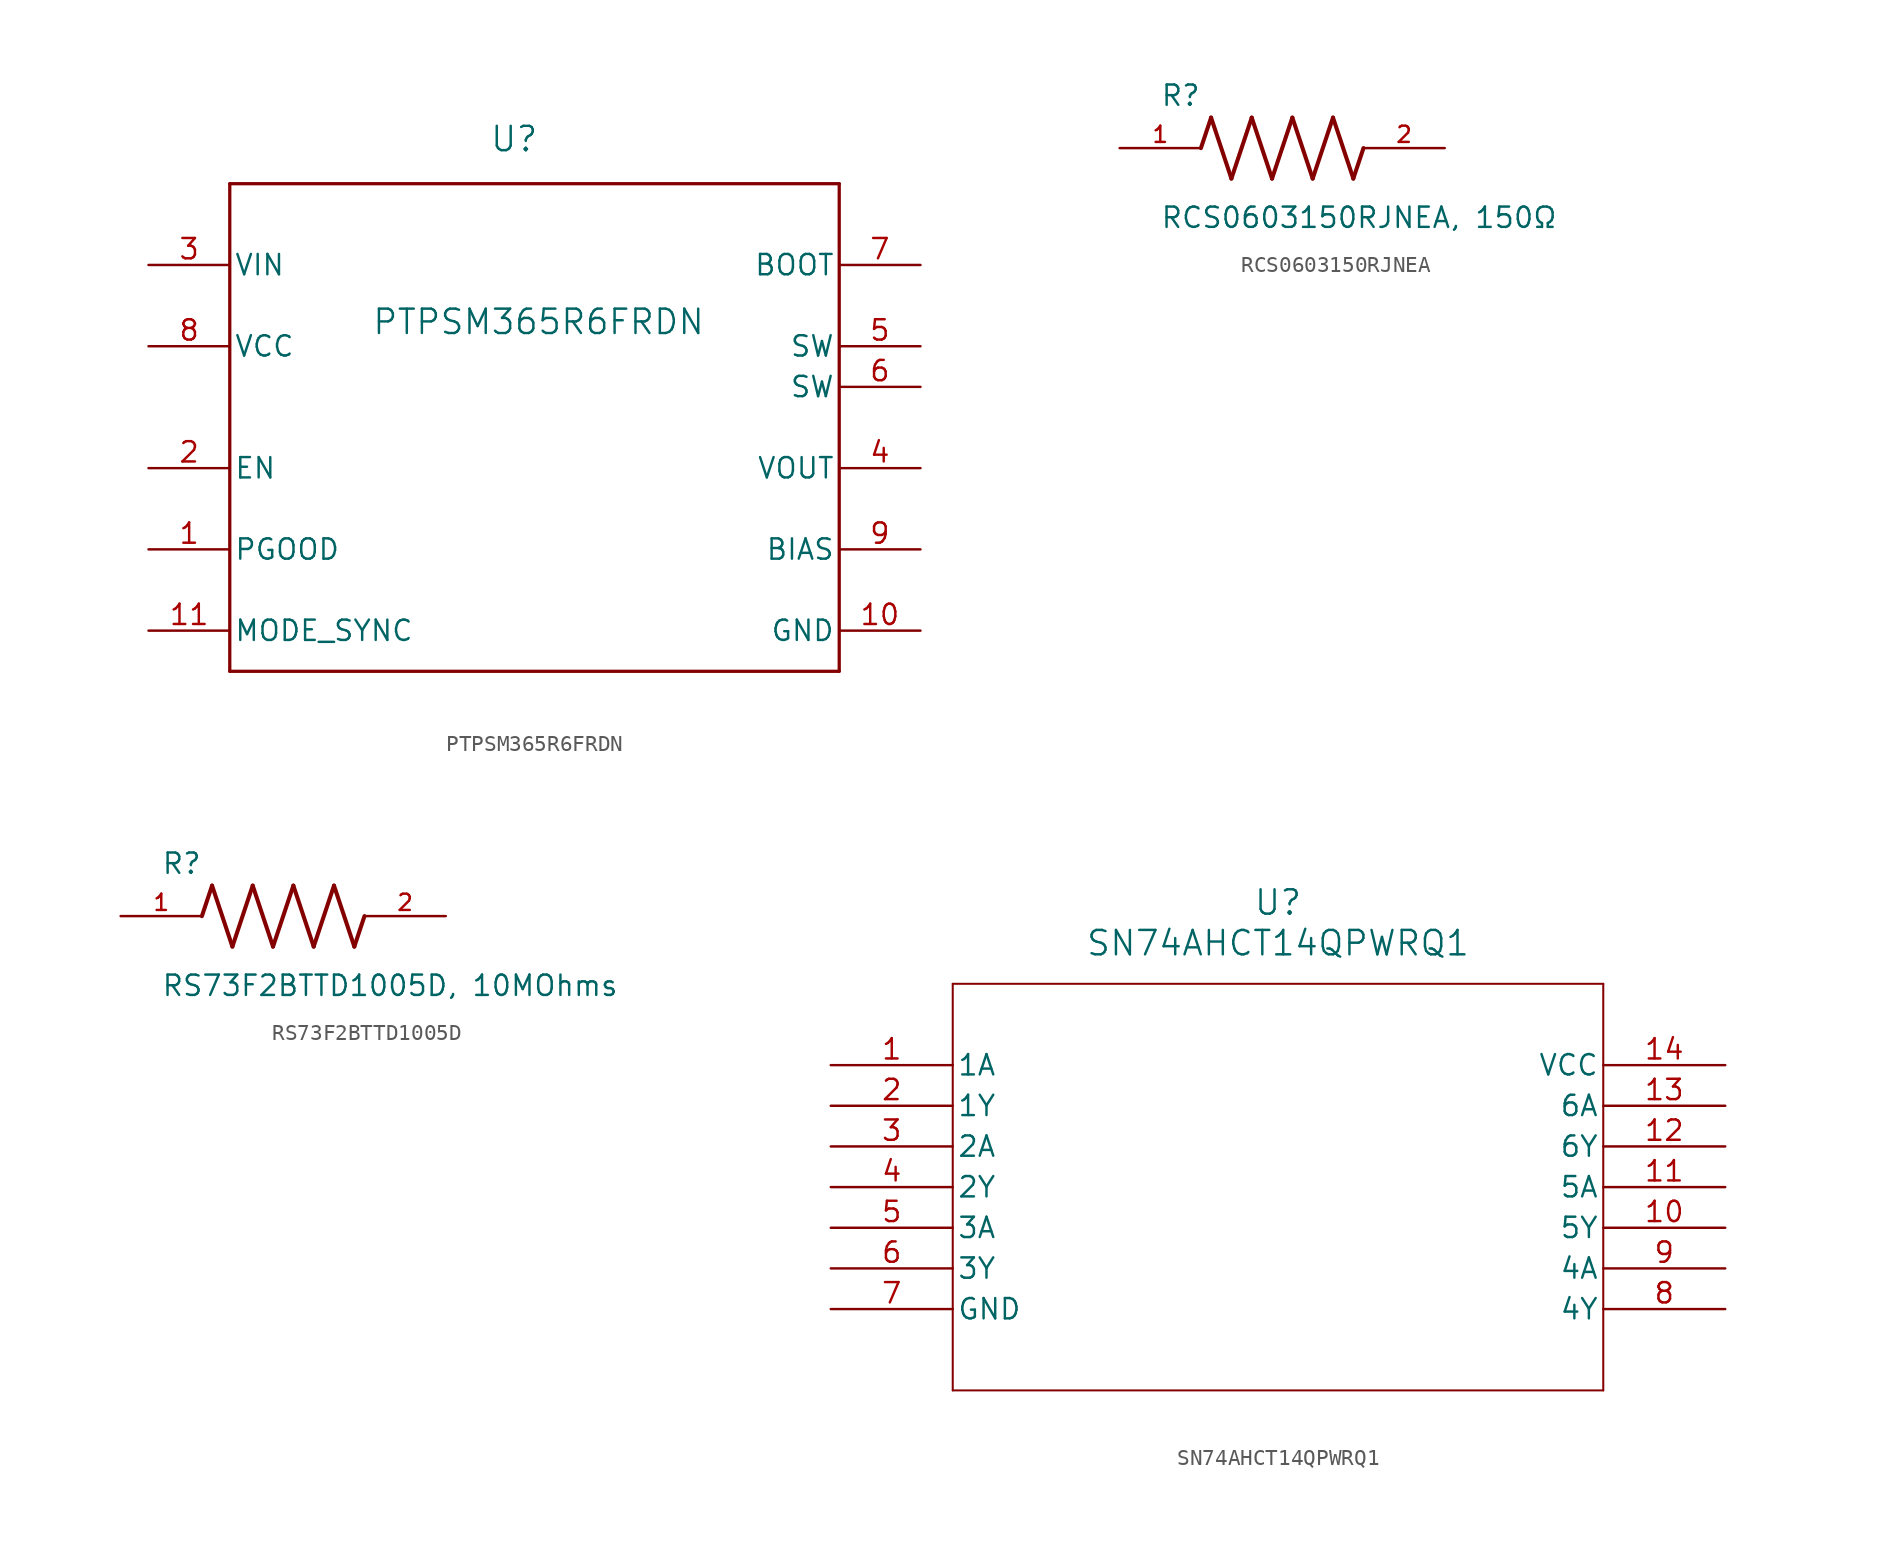
<source format=kicad_sym>
(kicad_symbol_lib
  (version 20241209)
  (generator "kicad_symbol_editor")
  (generator_version "9.0")
  (symbol "PTPSM365R6FRDN"
    (pin_names
      (offset 0.254))
    (property "Reference" "U"
      (at 22.86 7.874 0)
      (effects (font (size 1.524 1.524))))
    (property "Value" "PTPSM365R6FRDN"
      (at 24.384 -3.556 0)
      (effects (font (size 1.524 1.524))))
    (property "ki_locked" ""
      (at 0 0 0)
      (effects (font (size 1.27 1.27))))
    (symbol "PTPSM365R6FRDN_0_1"
      (polyline (pts (xy 5.08 5.08) (xy 5.08 -25.4)) (stroke (width 0.203) (type default)) (fill (type none)))
      (polyline (pts (xy 5.08 -25.4) (xy 43.18 -25.4)) (stroke (width 0.203) (type default)) (fill (type none)))
      (polyline (pts (xy 43.18 5.08) (xy 5.08 5.08)) (stroke (width 0.203) (type default)) (fill (type none)))
      (polyline (pts (xy 43.18 -25.4) (xy 43.18 5.08)) (stroke (width 0.203) (type default)) (fill (type none)))
      (pin power_in line (at 0 0 0) (length 5.08) (name "VIN" (effects (font (size 1.27 1.27)))) (number "3" (effects (font (size 1.27 1.27)))))
      (pin unspecified line (at 0 -5.08 0) (length 5.08) (name "VCC" (effects (font (size 1.27 1.27)))) (number "8" (effects (font (size 1.27 1.27)))))
      (pin input line (at 0 -12.7 0) (length 5.08) (name "EN" (effects (font (size 1.27 1.27)))) (number "2" (effects (font (size 1.27 1.27)))))
      (pin open_collector line (at 0 -17.78 0) (length 5.08) (name "PGOOD" (effects (font (size 1.27 1.27)))) (number "1" (effects (font (size 1.27 1.27)))))
      (pin unspecified line (at 0 -22.86 0) (length 5.08) (name "MODE_SYNC" (effects (font (size 1.27 1.27)))) (number "11" (effects (font (size 1.27 1.27)))))
      (pin unspecified line (at 48.26 0 180) (length 5.08) (name "BOOT" (effects (font (size 1.27 1.27)))) (number "7" (effects (font (size 1.27 1.27)))))
      (pin unspecified line (at 48.26 -5.08 180) (length 5.08) (name "SW" (effects (font (size 1.27 1.27)))) (number "5" (effects (font (size 1.27 1.27)))))
      (pin unspecified line (at 48.26 -7.62 180) (length 5.08) (name "SW" (effects (font (size 1.27 1.27)))) (number "6" (effects (font (size 1.27 1.27)))))
      (pin unspecified line (at 48.26 -12.7 180) (length 5.08) (name "VOUT" (effects (font (size 1.27 1.27)))) (number "4" (effects (font (size 1.27 1.27)))))
      (pin unspecified line (at 48.26 -17.78 180) (length 5.08) (name "BIAS" (effects (font (size 1.27 1.27)))) (number "9" (effects (font (size 1.27 1.27)))))
      (pin power_in line (at 48.26 -22.86 180) (length 5.08) (name "GND" (effects (font (size 1.27 1.27)))) (number "10" (effects (font (size 1.27 1.27)))))))
  (symbol "RCS0603150RJNEA"
    (pin_names
      (offset 1.016))
    (property "Reference" "R"
      (at -7.624 2.542 0)
      (effects (font (size 1.27 1.27)) (justify left bottom)))
    (property "Value" "RCS0603150RJNEA, 150Ω"
      (at -7.63 -5.087 0)
      (effects (font (size 1.27 1.27)) (justify left bottom)))
    (symbol "RCS0603150RJNEA_0_0"
      (polyline (pts (xy -5.08 0) (xy -4.445 1.905)) (stroke (width 0.254) (type default)) (fill (type none)))
      (polyline (pts (xy -4.445 1.905) (xy -3.175 -1.905)) (stroke (width 0.254) (type default)) (fill (type none)))
      (polyline (pts (xy -3.175 -1.905) (xy -1.905 1.905)) (stroke (width 0.254) (type default)) (fill (type none)))
      (polyline (pts (xy -1.905 1.905) (xy -0.635 -1.905)) (stroke (width 0.254) (type default)) (fill (type none)))
      (polyline (pts (xy -0.635 -1.905) (xy 0.635 1.905)) (stroke (width 0.254) (type default)) (fill (type none)))
      (polyline (pts (xy 0.635 1.905) (xy 1.905 -1.905)) (stroke (width 0.254) (type default)) (fill (type none)))
      (polyline (pts (xy 1.905 -1.905) (xy 3.175 1.905)) (stroke (width 0.254) (type default)) (fill (type none)))
      (polyline (pts (xy 3.175 1.905) (xy 4.445 -1.905)) (stroke (width 0.254) (type default)) (fill (type none)))
      (polyline (pts (xy 4.445 -1.905) (xy 5.08 0)) (stroke (width 0.254) (type default)) (fill (type none)))
      (pin passive line (at -10.16 0 0) (length 5.08) (name "~" (effects (font (size 1.016 1.016)))) (number "1" (effects (font (size 1.016 1.016)))))
      (pin passive line (at 10.16 0 180) (length 5.08) (name "~" (effects (font (size 1.016 1.016)))) (number "2" (effects (font (size 1.016 1.016)))))))
  (symbol "RS73F2BTTD1005D"
    (pin_names
      (offset 1.016))
    (property "Reference" "R"
      (at -7.624 2.542 0)
      (effects (font (size 1.27 1.27)) (justify left bottom)))
    (property "Value" "RS73F2BTTD1005D, 10MOhms"
      (at -7.63 -5.087 0)
      (effects (font (size 1.27 1.27)) (justify left bottom)))
    (symbol "RS73F2BTTD1005D_0_0"
      (polyline (pts (xy -5.08 0) (xy -4.445 1.905)) (stroke (width 0.254) (type default)) (fill (type none)))
      (polyline (pts (xy -4.445 1.905) (xy -3.175 -1.905)) (stroke (width 0.254) (type default)) (fill (type none)))
      (polyline (pts (xy -3.175 -1.905) (xy -1.905 1.905)) (stroke (width 0.254) (type default)) (fill (type none)))
      (polyline (pts (xy -1.905 1.905) (xy -0.635 -1.905)) (stroke (width 0.254) (type default)) (fill (type none)))
      (polyline (pts (xy -0.635 -1.905) (xy 0.635 1.905)) (stroke (width 0.254) (type default)) (fill (type none)))
      (polyline (pts (xy 0.635 1.905) (xy 1.905 -1.905)) (stroke (width 0.254) (type default)) (fill (type none)))
      (polyline (pts (xy 1.905 -1.905) (xy 3.175 1.905)) (stroke (width 0.254) (type default)) (fill (type none)))
      (polyline (pts (xy 3.175 1.905) (xy 4.445 -1.905)) (stroke (width 0.254) (type default)) (fill (type none)))
      (polyline (pts (xy 4.445 -1.905) (xy 5.08 0)) (stroke (width 0.254) (type default)) (fill (type none)))
      (pin passive line (at -10.16 0 0) (length 5.08) (name "~" (effects (font (size 1.016 1.016)))) (number "1" (effects (font (size 1.016 1.016)))))
      (pin passive line (at 10.16 0 180) (length 5.08) (name "~" (effects (font (size 1.016 1.016)))) (number "2" (effects (font (size 1.016 1.016)))))))
  (symbol "SN74AHCT14QPWRQ1"
    (pin_names
      (offset 0.254))
    (property "Reference" "U"
      (at 27.94 10.16 0)
      (effects (font (size 1.524 1.524))))
    (property "Value" "SN74AHCT14QPWRQ1"
      (at 27.94 7.62 0)
      (effects (font (size 1.524 1.524))))
    (symbol "SN74AHCT14QPWRQ1_0_1"
      (polyline (pts (xy 7.62 5.08) (xy 7.62 -20.32)) (stroke (width 0.127) (type default)) (fill (type none)))
      (polyline (pts (xy 7.62 -20.32) (xy 48.26 -20.32)) (stroke (width 0.127) (type default)) (fill (type none)))
      (polyline (pts (xy 48.26 5.08) (xy 7.62 5.08)) (stroke (width 0.127) (type default)) (fill (type none)))
      (polyline (pts (xy 48.26 -20.32) (xy 48.26 5.08)) (stroke (width 0.127) (type default)) (fill (type none)))
      (pin input line (at 0 0 0) (length 7.62) (name "1A" (effects (font (size 1.27 1.27)))) (number "1" (effects (font (size 1.27 1.27)))))
      (pin output line (at 0 -2.54 0) (length 7.62) (name "1Y" (effects (font (size 1.27 1.27)))) (number "2" (effects (font (size 1.27 1.27)))))
      (pin input line (at 0 -5.08 0) (length 7.62) (name "2A" (effects (font (size 1.27 1.27)))) (number "3" (effects (font (size 1.27 1.27)))))
      (pin output line (at 0 -7.62 0) (length 7.62) (name "2Y" (effects (font (size 1.27 1.27)))) (number "4" (effects (font (size 1.27 1.27)))))
      (pin input line (at 0 -10.16 0) (length 7.62) (name "3A" (effects (font (size 1.27 1.27)))) (number "5" (effects (font (size 1.27 1.27)))))
      (pin output line (at 0 -12.7 0) (length 7.62) (name "3Y" (effects (font (size 1.27 1.27)))) (number "6" (effects (font (size 1.27 1.27)))))
      (pin power_in line (at 0 -15.24 0) (length 7.62) (name "GND" (effects (font (size 1.27 1.27)))) (number "7" (effects (font (size 1.27 1.27)))))
      (pin power_in line (at 55.88 0 180) (length 7.62) (name "VCC" (effects (font (size 1.27 1.27)))) (number "14" (effects (font (size 1.27 1.27)))))
      (pin input line (at 55.88 -2.54 180) (length 7.62) (name "6A" (effects (font (size 1.27 1.27)))) (number "13" (effects (font (size 1.27 1.27)))))
      (pin output line (at 55.88 -5.08 180) (length 7.62) (name "6Y" (effects (font (size 1.27 1.27)))) (number "12" (effects (font (size 1.27 1.27)))))
      (pin input line (at 55.88 -7.62 180) (length 7.62) (name "5A" (effects (font (size 1.27 1.27)))) (number "11" (effects (font (size 1.27 1.27)))))
      (pin output line (at 55.88 -10.16 180) (length 7.62) (name "5Y" (effects (font (size 1.27 1.27)))) (number "10" (effects (font (size 1.27 1.27)))))
      (pin input line (at 55.88 -12.7 180) (length 7.62) (name "4A" (effects (font (size 1.27 1.27)))) (number "9" (effects (font (size 1.27 1.27)))))
      (pin output line (at 55.88 -15.24 180) (length 7.62) (name "4Y" (effects (font (size 1.27 1.27)))) (number "8" (effects (font (size 1.27 1.27))))))))
</source>
